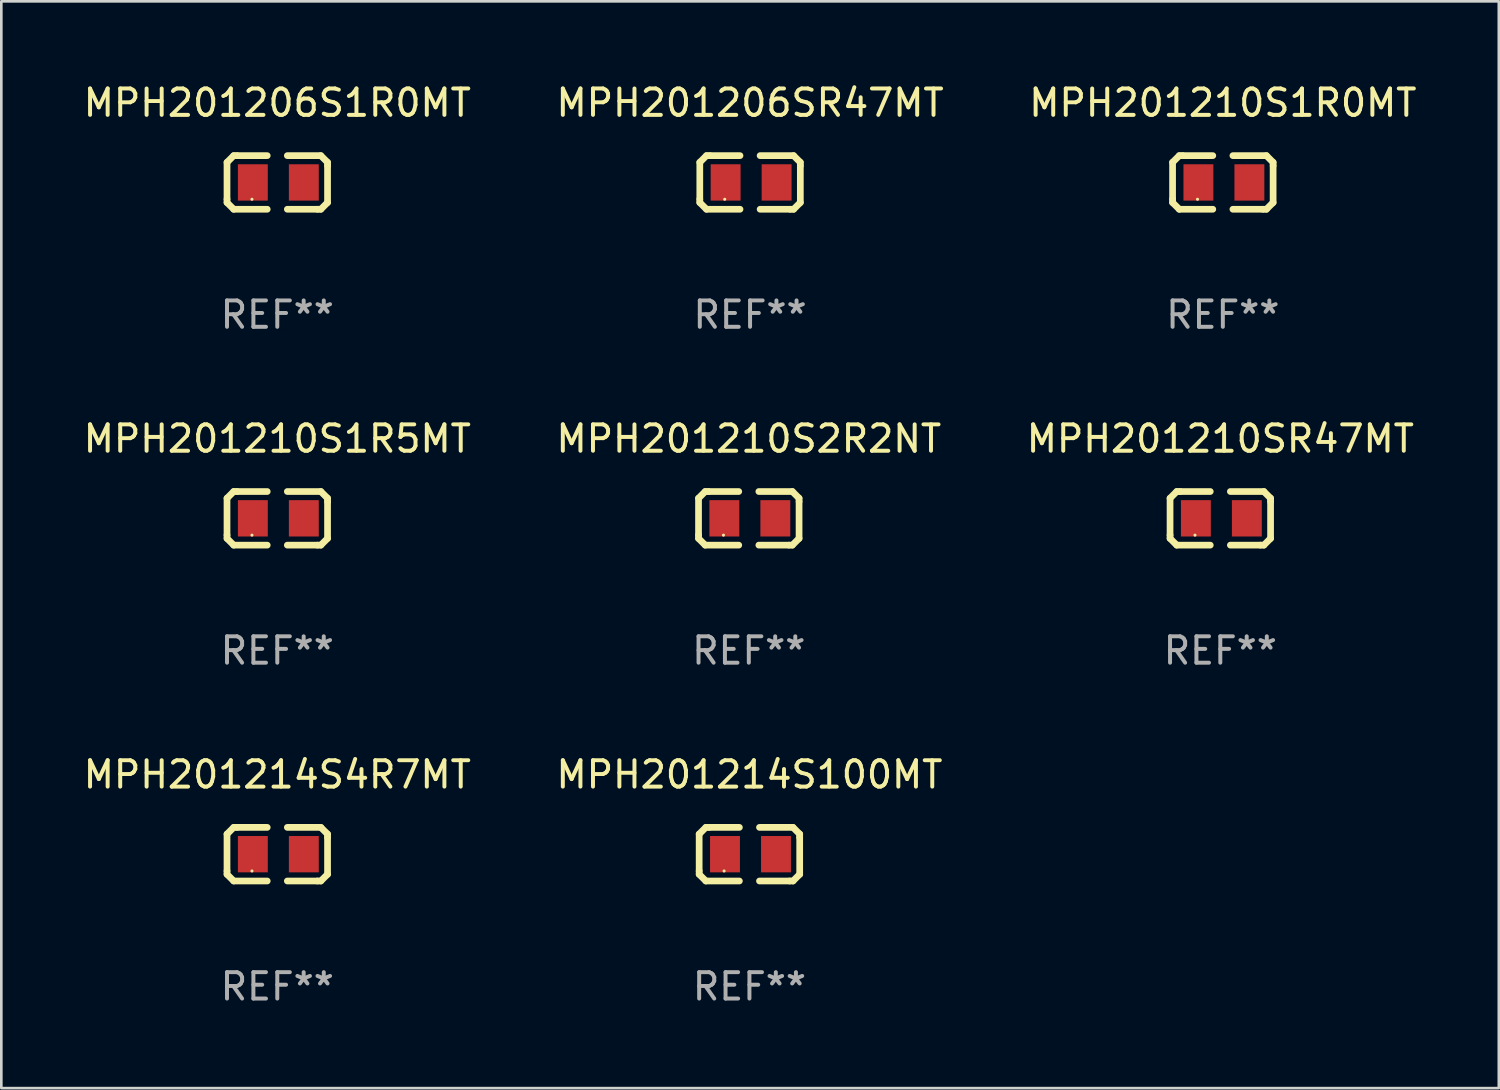
<source format=kicad_pcb>
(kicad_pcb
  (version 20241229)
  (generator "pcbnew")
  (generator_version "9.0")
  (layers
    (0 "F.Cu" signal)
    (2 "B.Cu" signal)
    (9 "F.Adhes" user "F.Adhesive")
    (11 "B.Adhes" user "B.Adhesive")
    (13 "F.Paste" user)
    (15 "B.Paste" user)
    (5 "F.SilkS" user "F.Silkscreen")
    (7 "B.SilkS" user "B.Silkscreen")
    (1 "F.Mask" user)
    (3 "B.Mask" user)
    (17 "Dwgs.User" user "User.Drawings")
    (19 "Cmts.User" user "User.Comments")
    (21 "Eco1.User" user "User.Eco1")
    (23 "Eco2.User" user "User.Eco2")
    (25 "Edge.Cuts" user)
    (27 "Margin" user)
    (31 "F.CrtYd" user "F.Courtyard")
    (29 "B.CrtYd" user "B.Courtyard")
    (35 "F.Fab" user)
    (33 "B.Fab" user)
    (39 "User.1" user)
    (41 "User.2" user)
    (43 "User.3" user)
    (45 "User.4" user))
  (footprint "MPH201206S1R0MT"
    (layer "F.Cu")
    (at 7.458 3.864)
    (property "Reference" "MPH201206S1R0MT" (at 0 -3.016 0) (layer "F.SilkS") (effects (font (size 1 1) (thickness 0.15))))
    (attr through_hole)
    (fp_line (start -1.905 -0.762) (end -1.905 0.635) (stroke (width 0.254) (type solid)) (layer "F.SilkS"))
    (fp_line (start -1.905 0.635) (end -1.905 0.762) (stroke (width 0.254) (type solid)) (layer "F.SilkS"))
    (fp_line (start -1.905 0.762) (end -1.651 1.016) (stroke (width 0.254) (type solid)) (layer "F.SilkS"))
    (fp_line (start -1.651 -1.016) (end -1.905 -0.762) (stroke (width 0.254) (type solid)) (layer "F.SilkS"))
    (fp_line (start -1.651 1.016) (end -0.381 1.016) (stroke (width 0.254) (type solid)) (layer "F.SilkS"))
    (fp_line (start -1.524 -1.016) (end -1.651 -1.016) (stroke (width 0.254) (type solid)) (layer "F.SilkS"))
    (fp_line (start -0.381 -1.016) (end -1.524 -1.016) (stroke (width 0.254) (type solid)) (layer "F.SilkS"))
    (fp_line (start 0.381 1.016) (end 1.524 1.016) (stroke (width 0.254) (type solid)) (layer "F.SilkS"))
    (fp_line (start 1.524 1.016) (end 1.651 1.016) (stroke (width 0.254) (type solid)) (layer "F.SilkS"))
    (fp_line (start 1.651 -1.016) (end 0.381 -1.016) (stroke (width 0.254) (type solid)) (layer "F.SilkS"))
    (fp_line (start 1.651 1.016) (end 1.905 0.762) (stroke (width 0.254) (type solid)) (layer "F.SilkS"))
    (fp_line (start 1.905 -0.762) (end 1.651 -1.016) (stroke (width 0.254) (type solid)) (layer "F.SilkS"))
    (fp_line (start 1.905 -0.635) (end 1.905 -0.762) (stroke (width 0.254) (type solid)) (layer "F.SilkS"))
    (fp_line (start 1.905 0.762) (end 1.905 -0.635) (stroke (width 0.254) (type solid)) (layer "F.SilkS"))
    (fp_circle (center -0.96 0.637) (end -0.93 0.637) (stroke (width 0.06) (type solid)) (fill no) (layer "F.SilkS"))
    (fp_text user "REF**" (at 0 5.016 0) (layer "F.Fab") (effects (font (size 1 1) (thickness 0.15))))
    (pad "1" smd rect (at -0.926 -0.000051) (size 1.133 1.377) (layers "F.Cu" "F.Mask" "F.Paste"))
    (pad "2" smd rect (at 1.006 -0.000051) (size 1.133 1.377) (layers "F.Cu" "F.Mask" "F.Paste")))
  (footprint "MPH201210S1R0MT"
    (layer "F.Cu")
    (at 43.292 3.864)
    (property "Reference" "MPH201210S1R0MT" (at 0 -3.016 0) (layer "F.SilkS") (effects (font (size 1 1) (thickness 0.15))))
    (attr through_hole)
    (fp_line (start -1.905 -0.762) (end -1.905 0.635) (stroke (width 0.254) (type solid)) (layer "F.SilkS"))
    (fp_line (start -1.905 0.635) (end -1.905 0.762) (stroke (width 0.254) (type solid)) (layer "F.SilkS"))
    (fp_line (start -1.905 0.762) (end -1.651 1.016) (stroke (width 0.254) (type solid)) (layer "F.SilkS"))
    (fp_line (start -1.651 -1.016) (end -1.905 -0.762) (stroke (width 0.254) (type solid)) (layer "F.SilkS"))
    (fp_line (start -1.651 1.016) (end -0.381 1.016) (stroke (width 0.254) (type solid)) (layer "F.SilkS"))
    (fp_line (start -1.524 -1.016) (end -1.651 -1.016) (stroke (width 0.254) (type solid)) (layer "F.SilkS"))
    (fp_line (start -0.381 -1.016) (end -1.524 -1.016) (stroke (width 0.254) (type solid)) (layer "F.SilkS"))
    (fp_line (start 0.381 1.016) (end 1.524 1.016) (stroke (width 0.254) (type solid)) (layer "F.SilkS"))
    (fp_line (start 1.524 1.016) (end 1.651 1.016) (stroke (width 0.254) (type solid)) (layer "F.SilkS"))
    (fp_line (start 1.651 -1.016) (end 0.381 -1.016) (stroke (width 0.254) (type solid)) (layer "F.SilkS"))
    (fp_line (start 1.651 1.016) (end 1.905 0.762) (stroke (width 0.254) (type solid)) (layer "F.SilkS"))
    (fp_line (start 1.905 -0.762) (end 1.651 -1.016) (stroke (width 0.254) (type solid)) (layer "F.SilkS"))
    (fp_line (start 1.905 -0.635) (end 1.905 -0.762) (stroke (width 0.254) (type solid)) (layer "F.SilkS"))
    (fp_line (start 1.905 0.762) (end 1.905 -0.635) (stroke (width 0.254) (type solid)) (layer "F.SilkS"))
    (fp_circle (center -0.96 0.637) (end -0.93 0.637) (stroke (width 0.06) (type solid)) (fill no) (layer "F.SilkS"))
    (fp_text user "REF**" (at 0 5.016 0) (layer "F.Fab") (effects (font (size 1 1) (thickness 0.15))))
    (pad "1" smd rect (at -0.926 -0.000051) (size 1.133 1.377) (layers "F.Cu" "F.Mask" "F.Paste"))
    (pad "2" smd rect (at 1.006 -0.000051) (size 1.133 1.377) (layers "F.Cu" "F.Mask" "F.Paste")))
  (footprint "MPH201214S4R7MT"
    (layer "F.Cu")
    (at 7.458 29.321)
    (property "Reference" "MPH201214S4R7MT" (at 0 -3.016 0) (layer "F.SilkS") (effects (font (size 1 1) (thickness 0.15))))
    (attr through_hole)
    (fp_line (start -1.905 -0.762) (end -1.905 0.635) (stroke (width 0.254) (type solid)) (layer "F.SilkS"))
    (fp_line (start -1.905 0.635) (end -1.905 0.762) (stroke (width 0.254) (type solid)) (layer "F.SilkS"))
    (fp_line (start -1.905 0.762) (end -1.651 1.016) (stroke (width 0.254) (type solid)) (layer "F.SilkS"))
    (fp_line (start -1.651 -1.016) (end -1.905 -0.762) (stroke (width 0.254) (type solid)) (layer "F.SilkS"))
    (fp_line (start -1.651 1.016) (end -0.381 1.016) (stroke (width 0.254) (type solid)) (layer "F.SilkS"))
    (fp_line (start -1.524 -1.016) (end -1.651 -1.016) (stroke (width 0.254) (type solid)) (layer "F.SilkS"))
    (fp_line (start -0.381 -1.016) (end -1.524 -1.016) (stroke (width 0.254) (type solid)) (layer "F.SilkS"))
    (fp_line (start 0.381 1.016) (end 1.524 1.016) (stroke (width 0.254) (type solid)) (layer "F.SilkS"))
    (fp_line (start 1.524 1.016) (end 1.651 1.016) (stroke (width 0.254) (type solid)) (layer "F.SilkS"))
    (fp_line (start 1.651 -1.016) (end 0.381 -1.016) (stroke (width 0.254) (type solid)) (layer "F.SilkS"))
    (fp_line (start 1.651 1.016) (end 1.905 0.762) (stroke (width 0.254) (type solid)) (layer "F.SilkS"))
    (fp_line (start 1.905 -0.762) (end 1.651 -1.016) (stroke (width 0.254) (type solid)) (layer "F.SilkS"))
    (fp_line (start 1.905 -0.635) (end 1.905 -0.762) (stroke (width 0.254) (type solid)) (layer "F.SilkS"))
    (fp_line (start 1.905 0.762) (end 1.905 -0.635) (stroke (width 0.254) (type solid)) (layer "F.SilkS"))
    (fp_circle (center -0.96 0.637) (end -0.93 0.637) (stroke (width 0.06) (type solid)) (fill no) (layer "F.SilkS"))
    (fp_text user "REF**" (at 0 5.016 0) (layer "F.Fab") (effects (font (size 1 1) (thickness 0.15))))
    (pad "1" smd rect (at -0.926 -0.000051) (size 1.133 1.377) (layers "F.Cu" "F.Mask" "F.Paste"))
    (pad "2" smd rect (at 1.006 -0.000051) (size 1.133 1.377) (layers "F.Cu" "F.Mask" "F.Paste")))
  (footprint "MPH201210SR47MT"
    (layer "F.Cu")
    (at 43.196 16.593)
    (property "Reference" "MPH201210SR47MT" (at 0 -3.016 0) (layer "F.SilkS") (effects (font (size 1 1) (thickness 0.15))))
    (attr through_hole)
    (fp_line (start -1.905 -0.762) (end -1.905 0.635) (stroke (width 0.254) (type solid)) (layer "F.SilkS"))
    (fp_line (start -1.905 0.635) (end -1.905 0.762) (stroke (width 0.254) (type solid)) (layer "F.SilkS"))
    (fp_line (start -1.905 0.762) (end -1.651 1.016) (stroke (width 0.254) (type solid)) (layer "F.SilkS"))
    (fp_line (start -1.651 -1.016) (end -1.905 -0.762) (stroke (width 0.254) (type solid)) (layer "F.SilkS"))
    (fp_line (start -1.651 1.016) (end -0.381 1.016) (stroke (width 0.254) (type solid)) (layer "F.SilkS"))
    (fp_line (start -1.524 -1.016) (end -1.651 -1.016) (stroke (width 0.254) (type solid)) (layer "F.SilkS"))
    (fp_line (start -0.381 -1.016) (end -1.524 -1.016) (stroke (width 0.254) (type solid)) (layer "F.SilkS"))
    (fp_line (start 0.381 1.016) (end 1.524 1.016) (stroke (width 0.254) (type solid)) (layer "F.SilkS"))
    (fp_line (start 1.524 1.016) (end 1.651 1.016) (stroke (width 0.254) (type solid)) (layer "F.SilkS"))
    (fp_line (start 1.651 -1.016) (end 0.381 -1.016) (stroke (width 0.254) (type solid)) (layer "F.SilkS"))
    (fp_line (start 1.651 1.016) (end 1.905 0.762) (stroke (width 0.254) (type solid)) (layer "F.SilkS"))
    (fp_line (start 1.905 -0.762) (end 1.651 -1.016) (stroke (width 0.254) (type solid)) (layer "F.SilkS"))
    (fp_line (start 1.905 -0.635) (end 1.905 -0.762) (stroke (width 0.254) (type solid)) (layer "F.SilkS"))
    (fp_line (start 1.905 0.762) (end 1.905 -0.635) (stroke (width 0.254) (type solid)) (layer "F.SilkS"))
    (fp_circle (center -0.96 0.637) (end -0.93 0.637) (stroke (width 0.06) (type solid)) (fill no) (layer "F.SilkS"))
    (fp_text user "REF**" (at 0 5.016 0) (layer "F.Fab") (effects (font (size 1 1) (thickness 0.15))))
    (pad "1" smd rect (at -0.926 -0.000051) (size 1.133 1.377) (layers "F.Cu" "F.Mask" "F.Paste"))
    (pad "2" smd rect (at 1.006 -0.000051) (size 1.133 1.377) (layers "F.Cu" "F.Mask" "F.Paste")))
  (footprint "MPH201210S2R2NT"
    (layer "F.Cu")
    (at 25.327 16.593)
    (property "Reference" "MPH201210S2R2NT" (at 0 -3.016 0) (layer "F.SilkS") (effects (font (size 1 1) (thickness 0.15))))
    (attr through_hole)
    (fp_line (start -1.905 -0.762) (end -1.905 0.635) (stroke (width 0.254) (type solid)) (layer "F.SilkS"))
    (fp_line (start -1.905 0.635) (end -1.905 0.762) (stroke (width 0.254) (type solid)) (layer "F.SilkS"))
    (fp_line (start -1.905 0.762) (end -1.651 1.016) (stroke (width 0.254) (type solid)) (layer "F.SilkS"))
    (fp_line (start -1.651 -1.016) (end -1.905 -0.762) (stroke (width 0.254) (type solid)) (layer "F.SilkS"))
    (fp_line (start -1.651 1.016) (end -0.381 1.016) (stroke (width 0.254) (type solid)) (layer "F.SilkS"))
    (fp_line (start -1.524 -1.016) (end -1.651 -1.016) (stroke (width 0.254) (type solid)) (layer "F.SilkS"))
    (fp_line (start -0.381 -1.016) (end -1.524 -1.016) (stroke (width 0.254) (type solid)) (layer "F.SilkS"))
    (fp_line (start 0.381 1.016) (end 1.524 1.016) (stroke (width 0.254) (type solid)) (layer "F.SilkS"))
    (fp_line (start 1.524 1.016) (end 1.651 1.016) (stroke (width 0.254) (type solid)) (layer "F.SilkS"))
    (fp_line (start 1.651 -1.016) (end 0.381 -1.016) (stroke (width 0.254) (type solid)) (layer "F.SilkS"))
    (fp_line (start 1.651 1.016) (end 1.905 0.762) (stroke (width 0.254) (type solid)) (layer "F.SilkS"))
    (fp_line (start 1.905 -0.762) (end 1.651 -1.016) (stroke (width 0.254) (type solid)) (layer "F.SilkS"))
    (fp_line (start 1.905 -0.635) (end 1.905 -0.762) (stroke (width 0.254) (type solid)) (layer "F.SilkS"))
    (fp_line (start 1.905 0.762) (end 1.905 -0.635) (stroke (width 0.254) (type solid)) (layer "F.SilkS"))
    (fp_circle (center -0.96 0.637) (end -0.93 0.637) (stroke (width 0.06) (type solid)) (fill no) (layer "F.SilkS"))
    (fp_text user "REF**" (at 0 5.016 0) (layer "F.Fab") (effects (font (size 1 1) (thickness 0.15))))
    (pad "1" smd rect (at -0.926 -0.000051) (size 1.133 1.377) (layers "F.Cu" "F.Mask" "F.Paste"))
    (pad "2" smd rect (at 1.006 -0.000051) (size 1.133 1.377) (layers "F.Cu" "F.Mask" "F.Paste")))
  (footprint "MPH201214S100MT"
    (layer "F.Cu")
    (at 25.351 29.321)
    (property "Reference" "MPH201214S100MT" (at 0 -3.016 0) (layer "F.SilkS") (effects (font (size 1 1) (thickness 0.15))))
    (attr through_hole)
    (fp_line (start -1.905 -0.762) (end -1.905 0.635) (stroke (width 0.254) (type solid)) (layer "F.SilkS"))
    (fp_line (start -1.905 0.635) (end -1.905 0.762) (stroke (width 0.254) (type solid)) (layer "F.SilkS"))
    (fp_line (start -1.905 0.762) (end -1.651 1.016) (stroke (width 0.254) (type solid)) (layer "F.SilkS"))
    (fp_line (start -1.651 -1.016) (end -1.905 -0.762) (stroke (width 0.254) (type solid)) (layer "F.SilkS"))
    (fp_line (start -1.651 1.016) (end -0.381 1.016) (stroke (width 0.254) (type solid)) (layer "F.SilkS"))
    (fp_line (start -1.524 -1.016) (end -1.651 -1.016) (stroke (width 0.254) (type solid)) (layer "F.SilkS"))
    (fp_line (start -0.381 -1.016) (end -1.524 -1.016) (stroke (width 0.254) (type solid)) (layer "F.SilkS"))
    (fp_line (start 0.381 1.016) (end 1.524 1.016) (stroke (width 0.254) (type solid)) (layer "F.SilkS"))
    (fp_line (start 1.524 1.016) (end 1.651 1.016) (stroke (width 0.254) (type solid)) (layer "F.SilkS"))
    (fp_line (start 1.651 -1.016) (end 0.381 -1.016) (stroke (width 0.254) (type solid)) (layer "F.SilkS"))
    (fp_line (start 1.651 1.016) (end 1.905 0.762) (stroke (width 0.254) (type solid)) (layer "F.SilkS"))
    (fp_line (start 1.905 -0.762) (end 1.651 -1.016) (stroke (width 0.254) (type solid)) (layer "F.SilkS"))
    (fp_line (start 1.905 -0.635) (end 1.905 -0.762) (stroke (width 0.254) (type solid)) (layer "F.SilkS"))
    (fp_line (start 1.905 0.762) (end 1.905 -0.635) (stroke (width 0.254) (type solid)) (layer "F.SilkS"))
    (fp_circle (center -0.96 0.637) (end -0.93 0.637) (stroke (width 0.06) (type solid)) (fill no) (layer "F.SilkS"))
    (fp_text user "REF**" (at 0 5.016 0) (layer "F.Fab") (effects (font (size 1 1) (thickness 0.15))))
    (pad "1" smd rect (at -0.926 -0.000051) (size 1.133 1.377) (layers "F.Cu" "F.Mask" "F.Paste"))
    (pad "2" smd rect (at 1.006 -0.000051) (size 1.133 1.377) (layers "F.Cu" "F.Mask" "F.Paste")))
  (footprint "MPH201206SR47MT"
    (layer "F.Cu")
    (at 25.375 3.864)
    (property "Reference" "MPH201206SR47MT" (at 0 -3.016 0) (layer "F.SilkS") (effects (font (size 1 1) (thickness 0.15))))
    (attr through_hole)
    (fp_line (start -1.905 -0.762) (end -1.905 0.635) (stroke (width 0.254) (type solid)) (layer "F.SilkS"))
    (fp_line (start -1.905 0.635) (end -1.905 0.762) (stroke (width 0.254) (type solid)) (layer "F.SilkS"))
    (fp_line (start -1.905 0.762) (end -1.651 1.016) (stroke (width 0.254) (type solid)) (layer "F.SilkS"))
    (fp_line (start -1.651 -1.016) (end -1.905 -0.762) (stroke (width 0.254) (type solid)) (layer "F.SilkS"))
    (fp_line (start -1.651 1.016) (end -0.381 1.016) (stroke (width 0.254) (type solid)) (layer "F.SilkS"))
    (fp_line (start -1.524 -1.016) (end -1.651 -1.016) (stroke (width 0.254) (type solid)) (layer "F.SilkS"))
    (fp_line (start -0.381 -1.016) (end -1.524 -1.016) (stroke (width 0.254) (type solid)) (layer "F.SilkS"))
    (fp_line (start 0.381 1.016) (end 1.524 1.016) (stroke (width 0.254) (type solid)) (layer "F.SilkS"))
    (fp_line (start 1.524 1.016) (end 1.651 1.016) (stroke (width 0.254) (type solid)) (layer "F.SilkS"))
    (fp_line (start 1.651 -1.016) (end 0.381 -1.016) (stroke (width 0.254) (type solid)) (layer "F.SilkS"))
    (fp_line (start 1.651 1.016) (end 1.905 0.762) (stroke (width 0.254) (type solid)) (layer "F.SilkS"))
    (fp_line (start 1.905 -0.762) (end 1.651 -1.016) (stroke (width 0.254) (type solid)) (layer "F.SilkS"))
    (fp_line (start 1.905 -0.635) (end 1.905 -0.762) (stroke (width 0.254) (type solid)) (layer "F.SilkS"))
    (fp_line (start 1.905 0.762) (end 1.905 -0.635) (stroke (width 0.254) (type solid)) (layer "F.SilkS"))
    (fp_circle (center -0.96 0.637) (end -0.93 0.637) (stroke (width 0.06) (type solid)) (fill no) (layer "F.SilkS"))
    (fp_text user "REF**" (at 0 5.016 0) (layer "F.Fab") (effects (font (size 1 1) (thickness 0.15))))
    (pad "1" smd rect (at -0.926 -0.000051) (size 1.133 1.377) (layers "F.Cu" "F.Mask" "F.Paste"))
    (pad "2" smd rect (at 1.006 -0.000051) (size 1.133 1.377) (layers "F.Cu" "F.Mask" "F.Paste")))
  (footprint "MPH201210S1R5MT"
    (layer "F.Cu")
    (at 7.458 16.593)
    (property "Reference" "MPH201210S1R5MT" (at 0 -3.016 0) (layer "F.SilkS") (effects (font (size 1 1) (thickness 0.15))))
    (attr through_hole)
    (fp_line (start -1.905 -0.762) (end -1.905 0.635) (stroke (width 0.254) (type solid)) (layer "F.SilkS"))
    (fp_line (start -1.905 0.635) (end -1.905 0.762) (stroke (width 0.254) (type solid)) (layer "F.SilkS"))
    (fp_line (start -1.905 0.762) (end -1.651 1.016) (stroke (width 0.254) (type solid)) (layer "F.SilkS"))
    (fp_line (start -1.651 -1.016) (end -1.905 -0.762) (stroke (width 0.254) (type solid)) (layer "F.SilkS"))
    (fp_line (start -1.651 1.016) (end -0.381 1.016) (stroke (width 0.254) (type solid)) (layer "F.SilkS"))
    (fp_line (start -1.524 -1.016) (end -1.651 -1.016) (stroke (width 0.254) (type solid)) (layer "F.SilkS"))
    (fp_line (start -0.381 -1.016) (end -1.524 -1.016) (stroke (width 0.254) (type solid)) (layer "F.SilkS"))
    (fp_line (start 0.381 1.016) (end 1.524 1.016) (stroke (width 0.254) (type solid)) (layer "F.SilkS"))
    (fp_line (start 1.524 1.016) (end 1.651 1.016) (stroke (width 0.254) (type solid)) (layer "F.SilkS"))
    (fp_line (start 1.651 -1.016) (end 0.381 -1.016) (stroke (width 0.254) (type solid)) (layer "F.SilkS"))
    (fp_line (start 1.651 1.016) (end 1.905 0.762) (stroke (width 0.254) (type solid)) (layer "F.SilkS"))
    (fp_line (start 1.905 -0.762) (end 1.651 -1.016) (stroke (width 0.254) (type solid)) (layer "F.SilkS"))
    (fp_line (start 1.905 -0.635) (end 1.905 -0.762) (stroke (width 0.254) (type solid)) (layer "F.SilkS"))
    (fp_line (start 1.905 0.762) (end 1.905 -0.635) (stroke (width 0.254) (type solid)) (layer "F.SilkS"))
    (fp_circle (center -0.96 0.637) (end -0.93 0.637) (stroke (width 0.06) (type solid)) (fill no) (layer "F.SilkS"))
    (fp_text user "REF**" (at 0 5.016 0) (layer "F.Fab") (effects (font (size 1 1) (thickness 0.15))))
    (pad "1" smd rect (at -0.926 -0.000051) (size 1.133 1.377) (layers "F.Cu" "F.Mask" "F.Paste"))
    (pad "2" smd rect (at 1.006 -0.000051) (size 1.133 1.377) (layers "F.Cu" "F.Mask" "F.Paste")))
  (gr_rect
    (start -3 -3)
    (end 53.75 38.186)
    (stroke (width 0.1) (type default))
    (fill no)
    (layer "Edge.Cuts")))
</source>
